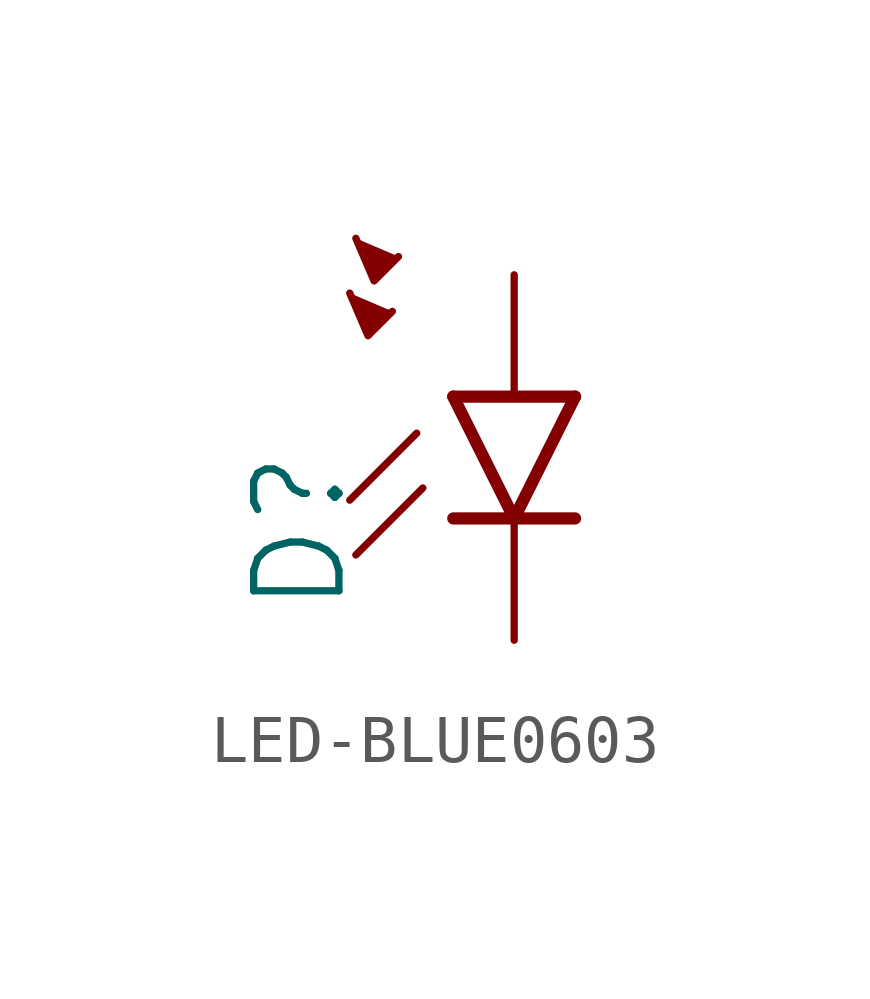
<source format=kicad_sym>
(kicad_symbol_lib
  (version 20241209)
  (generator "kicad_symbol_editor")
  (generator_version "9.0")
  (symbol "LED-BLUE0603"
    (property "Reference" "D"
      (at -3.429 -4.572 90)
      (effects (font (size 1.778 1.778)) (justify left bottom)))
    (property "Value" ""
      (at 1.905 -4.572 90)
      (effects (font (size 1.778 1.778)) (justify left top)))
    (property "ki_locked" ""
      (at 0 0 0)
      (effects (font (size 1.27 1.27))))
    (symbol "LED-BLUE0603_1_0"
      (polyline (pts (xy -3.429 2.159) (xy -3.048 1.27) (xy -2.54 1.778)) (stroke (width 0.152) (type solid)) (fill (type outline)))
      (polyline (pts (xy -3.302 3.302) (xy -2.921 2.413) (xy -2.413 2.921)) (stroke (width 0.152) (type solid)) (fill (type outline)))
      (polyline (pts (xy -2.032 -0.762) (xy -3.429 -2.159)) (stroke (width 0.152) (type solid)) (fill (type none)))
      (polyline (pts (xy -1.905 -1.905) (xy -3.302 -3.302)) (stroke (width 0.152) (type solid)) (fill (type none)))
      (polyline (pts (xy 0 -2.54) (xy -1.27 0)) (stroke (width 0.254) (type solid)) (fill (type none)))
      (polyline (pts (xy 0 -2.54) (xy -1.27 -2.54)) (stroke (width 0.254) (type solid)) (fill (type none)))
      (polyline (pts (xy 1.27 0) (xy -1.27 0)) (stroke (width 0.254) (type solid)) (fill (type none)))
      (polyline (pts (xy 1.27 0) (xy 0 -2.54)) (stroke (width 0.254) (type solid)) (fill (type none)))
      (polyline (pts (xy 1.27 -2.54) (xy 0 -2.54)) (stroke (width 0.254) (type solid)) (fill (type none)))
      (pin passive line (at 0 2.54 270) (length 2.54) (name "A" (effects (font (size 0 0)))) (number "A" (effects (font (size 0 0)))))
      (pin passive line (at 0 -5.08 90) (length 2.54) (name "C" (effects (font (size 0 0)))) (number "C" (effects (font (size 0 0))))))))
</source>
